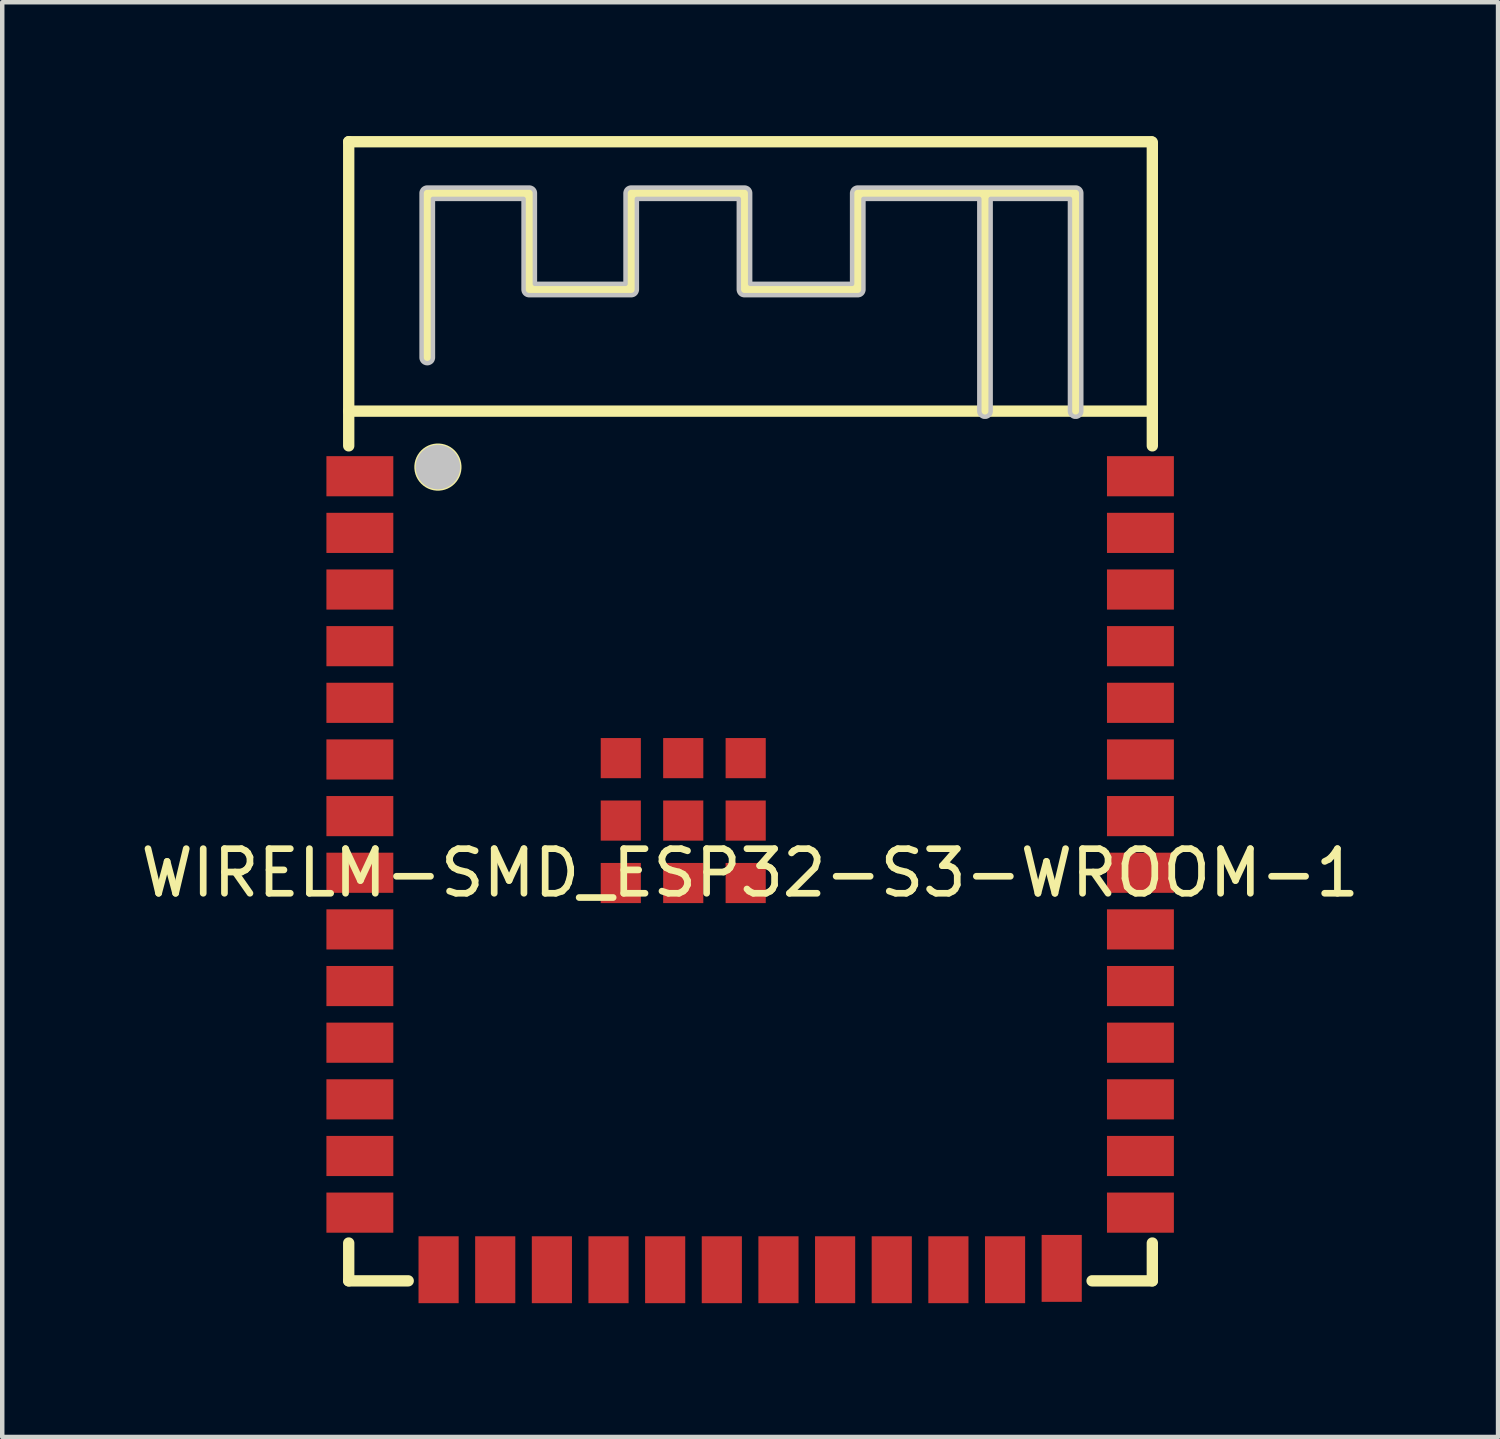
<source format=kicad_pcb>
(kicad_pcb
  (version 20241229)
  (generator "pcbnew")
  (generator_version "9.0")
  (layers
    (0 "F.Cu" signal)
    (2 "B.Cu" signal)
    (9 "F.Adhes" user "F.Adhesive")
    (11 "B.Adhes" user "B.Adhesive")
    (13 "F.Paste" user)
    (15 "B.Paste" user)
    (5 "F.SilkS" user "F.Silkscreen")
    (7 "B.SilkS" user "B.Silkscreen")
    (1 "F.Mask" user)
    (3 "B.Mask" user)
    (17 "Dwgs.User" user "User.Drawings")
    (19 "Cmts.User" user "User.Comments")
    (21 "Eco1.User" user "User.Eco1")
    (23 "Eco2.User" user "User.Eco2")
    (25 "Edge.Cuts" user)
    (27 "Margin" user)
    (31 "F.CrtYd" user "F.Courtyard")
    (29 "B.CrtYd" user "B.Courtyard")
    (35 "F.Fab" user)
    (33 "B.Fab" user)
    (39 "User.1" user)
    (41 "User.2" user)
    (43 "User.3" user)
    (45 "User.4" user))
  (footprint "WIRELM-SMD_ESP32-S3-WROOM-1"
    (layer "F.Cu")
    (at 13.768 16.522)
    (property "Reference" "WIRELM-SMD_ESP32-S3-WROOM-1" (at 0 0 0) (layer "F.SilkS") (effects (font (size 1 1) (thickness 0.15))))
    (fp_line (start -9 -16.395) (end -9 -9.576) (stroke (width 0.254) (type default)) (layer "F.SilkS"))
    (fp_line (start -9 -10.355) (end 9.017 -10.355) (stroke (width 0.254) (type default)) (layer "F.SilkS"))
    (fp_line (start -9 8.296) (end -9 9.144) (stroke (width 0.254) (type default)) (layer "F.SilkS"))
    (fp_line (start -9 9.144) (end -7.666 9.144) (stroke (width 0.254) (type default)) (layer "F.SilkS"))
    (fp_line (start -7.239 -15.24) (end -7.239 -11.557) (stroke (width 0.254) (type default)) (layer "F.SilkS"))
    (fp_line (start -4.953 -15.24) (end -7.239 -15.24) (stroke (width 0.254) (type default)) (layer "F.SilkS"))
    (fp_line (start -4.953 -13.081) (end -4.953 -15.24) (stroke (width 0.254) (type default)) (layer "F.SilkS"))
    (fp_line (start -2.667 -15.24) (end -2.667 -13.081) (stroke (width 0.254) (type default)) (layer "F.SilkS"))
    (fp_line (start -2.667 -13.081) (end -4.953 -13.081) (stroke (width 0.254) (type default)) (layer "F.SilkS"))
    (fp_line (start -0.127 -15.24) (end -2.667 -15.24) (stroke (width 0.254) (type default)) (layer "F.SilkS"))
    (fp_line (start -0.127 -13.081) (end -0.127 -15.24) (stroke (width 0.254) (type default)) (layer "F.SilkS"))
    (fp_line (start 2.413 -15.24) (end 2.413 -13.081) (stroke (width 0.254) (type default)) (layer "F.SilkS"))
    (fp_line (start 2.413 -13.081) (end -0.127 -13.081) (stroke (width 0.254) (type default)) (layer "F.SilkS"))
    (fp_line (start 5.265 -15.24) (end 2.413 -15.24) (stroke (width 0.254) (type default)) (layer "F.SilkS"))
    (fp_line (start 5.265 -10.355) (end 5.265 -15.24) (stroke (width 0.254) (type default)) (layer "F.SilkS"))
    (fp_line (start 7.297 -15.24) (end 5.062 -15.24) (stroke (width 0.254) (type default)) (layer "F.SilkS"))
    (fp_line (start 7.297 -10.355) (end 7.297 -15.24) (stroke (width 0.254) (type default)) (layer "F.SilkS"))
    (fp_line (start 7.666 9.144) (end 9.017 9.144) (stroke (width 0.254) (type default)) (layer "F.SilkS"))
    (fp_line (start 9 -16.395) (end -9 -16.395) (stroke (width 0.254) (type default)) (layer "F.SilkS"))
    (fp_line (start 9.017 -9.576) (end 9.017 -16.383) (stroke (width 0.254) (type default)) (layer "F.SilkS"))
    (fp_line (start 9.017 9.144) (end 9.017 8.296) (stroke (width 0.254) (type default)) (layer "F.SilkS"))
    (fp_poly (pts (arc (start -7.5285 -9.1) (mid -7 -9.6285) (end -6.4715 -9.1)) (arc (start -6.4715 -9.1) (mid -7 -8.5715) (end -7.5285 -9.1))) (stroke (width 0) (type default)) (fill yes) (layer "F.SilkS"))
    (fp_circle (center -7 -9.1) (end -6.75 -9.1) (stroke (width 0.5) (type default)) (fill no) (layer "Dwgs.User"))
    (fp_poly (pts (xy -7.239 -15.367) (xy -7.255 -15.366) (xy -7.272 -15.363) (xy -7.287 -15.357) (xy -7.303 -15.35) (xy -7.316 -15.341) (xy -7.329 -15.33) (xy -7.34 -15.318) (xy -7.349 -15.303) (xy -7.356 -15.289) (xy -7.362 -15.273) (xy -7.365 -15.257) (xy -7.366 -15.24) (xy -7.366 -11.557) (xy -7.365 -11.54) (xy -7.362 -11.524) (xy -7.356 -11.508) (xy -7.349 -11.493) (xy -7.34 -11.479) (xy -7.329 -11.467) (xy -7.316 -11.456) (xy -7.303 -11.447) (xy -7.287 -11.44) (xy -7.272 -11.434) (xy -7.255 -11.431) (xy -7.239 -11.43) (xy -7.223 -11.431) (xy -7.206 -11.434) (xy -7.191 -11.44) (xy -7.176 -11.447) (xy -7.162 -11.456) (xy -7.149 -11.467) (xy -7.138 -11.479) (xy -7.129 -11.493) (xy -7.122 -11.508) (xy -7.117 -11.524) (xy -7.113 -11.54) (xy -7.112 -11.557) (xy -7.112 -15.113) (xy -5.08 -15.113) (xy -5.08 -13.081) (xy -5.079 -13.065) (xy -5.075 -13.048) (xy -5.071 -13.033) (xy -5.063 -13.018) (xy -5.054 -13.004) (xy -5.043 -12.991) (xy -5.03 -12.98) (xy -5.016 -12.971) (xy -5.002 -12.963) (xy -4.986 -12.959) (xy -4.97 -12.955) (xy -4.953 -12.954) (xy -2.667 -12.954) (xy -2.651 -12.955) (xy -2.634 -12.959) (xy -2.619 -12.963) (xy -2.603 -12.971) (xy -2.59 -12.98) (xy -2.577 -12.991) (xy -2.566 -13.004) (xy -2.557 -13.018) (xy -2.55 -13.033) (xy -2.545 -13.048) (xy -2.541 -13.065) (xy -2.54 -13.081) (xy -2.54 -15.113) (xy -0.254 -15.113) (xy -0.254 -13.081) (xy -0.253 -13.065) (xy -0.249 -13.048) (xy -0.244 -13.033) (xy -0.237 -13.018) (xy -0.228 -13.004) (xy -0.217 -12.991) (xy -0.204 -12.98) (xy -0.191 -12.971) (xy -0.175 -12.963) (xy -0.16 -12.959) (xy -0.143 -12.955) (xy -0.127 -12.954) (xy 2.413 -12.954) (xy 2.429 -12.955) (xy 2.446 -12.959) (xy 2.462 -12.963) (xy 2.477 -12.971) (xy 2.49 -12.98) (xy 2.503 -12.991) (xy 2.514 -13.004) (xy 2.523 -13.018) (xy 2.53 -13.033) (xy 2.535 -13.048) (xy 2.539 -13.065) (xy 2.54 -13.081) (xy 2.54 -15.113) (xy 5.062 -15.113) (xy 5.138 -15.113) (xy 5.138 -10.355) (xy 5.139 -10.339) (xy 5.143 -10.322) (xy 5.148 -10.307) (xy 5.155 -10.292) (xy 5.165 -10.278) (xy 5.176 -10.265) (xy 5.188 -10.255) (xy 5.202 -10.245) (xy 5.216 -10.238) (xy 5.232 -10.232) (xy 5.248 -10.229) (xy 5.265 -10.229) (xy 5.282 -10.229) (xy 5.298 -10.232) (xy 5.314 -10.238) (xy 5.329 -10.245) (xy 5.343 -10.255) (xy 5.355 -10.265) (xy 5.366 -10.278) (xy 5.375 -10.292) (xy 5.383 -10.307) (xy 5.388 -10.322) (xy 5.391 -10.339) (xy 5.392 -10.355) (xy 5.392 -15.113) (xy 7.17 -15.113) (xy 7.17 -10.355) (xy 7.171 -10.339) (xy 7.175 -10.322) (xy 7.18 -10.307) (xy 7.187 -10.292) (xy 7.197 -10.278) (xy 7.207 -10.265) (xy 7.22 -10.255) (xy 7.234 -10.245) (xy 7.248 -10.238) (xy 7.264 -10.232) (xy 7.28 -10.229) (xy 7.297 -10.229) (xy 7.314 -10.229) (xy 7.33 -10.232) (xy 7.346 -10.238) (xy 7.361 -10.245) (xy 7.375 -10.255) (xy 7.387 -10.265) (xy 7.398 -10.278) (xy 7.407 -10.292) (xy 7.415 -10.307) (xy 7.42 -10.322) (xy 7.423 -10.339) (xy 7.424 -10.355) (xy 7.424 -15.24) (xy 7.423 -15.257) (xy 7.42 -15.273) (xy 7.415 -15.289) (xy 7.407 -15.303) (xy 7.398 -15.318) (xy 7.387 -15.33) (xy 7.375 -15.341) (xy 7.361 -15.35) (xy 7.346 -15.357) (xy 7.33 -15.363) (xy 7.314 -15.366) (xy 7.297 -15.367) (xy 5.265 -15.367) (xy 5.062 -15.367) (xy 2.413 -15.367) (xy 2.397 -15.366) (xy 2.38 -15.363) (xy 2.365 -15.357) (xy 2.349 -15.35) (xy 2.336 -15.341) (xy 2.323 -15.33) (xy 2.312 -15.318) (xy 2.303 -15.303) (xy 2.296 -15.289) (xy 2.291 -15.273) (xy 2.287 -15.257) (xy 2.286 -15.24) (xy 2.286 -13.208) (xy 0 -13.208) (xy 0 -15.24) (xy -0.001 -15.257) (xy -0.004 -15.273) (xy -0.009 -15.289) (xy -0.017 -15.303) (xy -0.026 -15.318) (xy -0.037 -15.33) (xy -0.05 -15.341) (xy -0.064 -15.35) (xy -0.079 -15.357) (xy -0.094 -15.363) (xy -0.111 -15.366) (xy -0.127 -15.367) (xy -2.667 -15.367) (xy -2.683 -15.366) (xy -2.7 -15.363) (xy -2.716 -15.357) (xy -2.731 -15.35) (xy -2.744 -15.341) (xy -2.757 -15.33) (xy -2.768 -15.318) (xy -2.777 -15.303) (xy -2.784 -15.289) (xy -2.789 -15.273) (xy -2.793 -15.257) (xy -2.794 -15.24) (xy -2.794 -13.208) (xy -4.826 -13.208) (xy -4.826 -15.24) (xy -4.827 -15.257) (xy -4.83 -15.273) (xy -4.835 -15.289) (xy -4.843 -15.303) (xy -4.852 -15.318) (xy -4.863 -15.33) (xy -4.875 -15.341) (xy -4.889 -15.35) (xy -4.904 -15.357) (xy -4.92 -15.363) (xy -4.936 -15.366) (xy -4.953 -15.367)) (stroke (width 0.1) (type default)) (fill no) (layer "Dwgs.User"))
    (fp_poly (pts (xy -9 -9.345) (xy -8.1 -9.345) (xy -8.1 -8.445) (xy -9 -8.445)) (stroke (width 0.1) (type default)) (fill no) (layer "User.1"))
    (fp_poly (pts (xy -9 -8.075) (xy -8.1 -8.075) (xy -8.1 -7.175) (xy -9 -7.175)) (stroke (width 0.1) (type default)) (fill no) (layer "User.1"))
    (fp_poly (pts (xy -9 -6.805) (xy -8.1 -6.805) (xy -8.1 -5.905) (xy -9 -5.905)) (stroke (width 0.1) (type default)) (fill no) (layer "User.1"))
    (fp_poly (pts (xy -9 -5.535) (xy -8.1 -5.535) (xy -8.1 -4.635) (xy -9 -4.635)) (stroke (width 0.1) (type default)) (fill no) (layer "User.1"))
    (fp_poly (pts (xy -9 -4.265) (xy -8.1 -4.265) (xy -8.1 -3.365) (xy -9 -3.365)) (stroke (width 0.1) (type default)) (fill no) (layer "User.1"))
    (fp_poly (pts (xy -9 -2.995) (xy -8.1 -2.995) (xy -8.1 -2.095) (xy -9 -2.095)) (stroke (width 0.1) (type default)) (fill no) (layer "User.1"))
    (fp_poly (pts (xy -9 -1.725) (xy -8.1 -1.725) (xy -8.1 -0.825) (xy -9 -0.825)) (stroke (width 0.1) (type default)) (fill no) (layer "User.1"))
    (fp_poly (pts (xy -9 -0.455) (xy -8.1 -0.455) (xy -8.1 0.445) (xy -9 0.445)) (stroke (width 0.1) (type default)) (fill no) (layer "User.1"))
    (fp_poly (pts (xy -9 0.815) (xy -8.1 0.815) (xy -8.1 1.715) (xy -9 1.715)) (stroke (width 0.1) (type default)) (fill no) (layer "User.1"))
    (fp_poly (pts (xy -9 2.085) (xy -8.1 2.085) (xy -8.1 2.985) (xy -9 2.985)) (stroke (width 0.1) (type default)) (fill no) (layer "User.1"))
    (fp_poly (pts (xy -9 3.355) (xy -8.1 3.355) (xy -8.1 4.255) (xy -9 4.255)) (stroke (width 0.1) (type default)) (fill no) (layer "User.1"))
    (fp_poly (pts (xy -9 4.625) (xy -8.1 4.625) (xy -8.1 5.525) (xy -9 5.525)) (stroke (width 0.1) (type default)) (fill no) (layer "User.1"))
    (fp_poly (pts (xy -9 5.895) (xy -8.1 5.895) (xy -8.1 6.795) (xy -9 6.795)) (stroke (width 0.1) (type default)) (fill no) (layer "User.1"))
    (fp_poly (pts (xy -9 7.165) (xy -8.1 7.165) (xy -8.1 8.065) (xy -9 8.065)) (stroke (width 0.1) (type default)) (fill no) (layer "User.1"))
    (fp_poly (pts (xy -6.535 8.205) (xy -6.535 9.105) (xy -7.435 9.105) (xy -7.435 8.205)) (stroke (width 0.1) (type default)) (fill no) (layer "User.1"))
    (fp_poly (pts (xy -5.265 8.205) (xy -5.265 9.105) (xy -6.165 9.105) (xy -6.165 8.205)) (stroke (width 0.1) (type default)) (fill no) (layer "User.1"))
    (fp_poly (pts (xy -3.995 8.205) (xy -3.995 9.105) (xy -4.895 9.105) (xy -4.895 8.205)) (stroke (width 0.1) (type default)) (fill no) (layer "User.1"))
    (fp_poly (pts (xy -3.35 -2.125) (xy -3.35 -3.025) (xy -2.45 -3.025) (xy -2.45 -2.125)) (stroke (width 0.1) (type default)) (fill no) (layer "User.1"))
    (fp_poly (pts (xy -3.35 -0.725) (xy -3.35 -1.625) (xy -2.45 -1.625) (xy -2.45 -0.725)) (stroke (width 0.1) (type default)) (fill no) (layer "User.1"))
    (fp_poly (pts (xy -3.35 0.675) (xy -3.35 -0.225) (xy -2.45 -0.225) (xy -2.45 0.675)) (stroke (width 0.1) (type default)) (fill no) (layer "User.1"))
    (fp_poly (pts (xy -2.725 8.205) (xy -2.725 9.105) (xy -3.625 9.105) (xy -3.625 8.205)) (stroke (width 0.1) (type default)) (fill no) (layer "User.1"))
    (fp_poly (pts (xy -1.95 -2.125) (xy -1.95 -3.025) (xy -1.05 -3.025) (xy -1.05 -2.125)) (stroke (width 0.1) (type default)) (fill no) (layer "User.1"))
    (fp_poly (pts (xy -1.95 -0.725) (xy -1.95 -1.625) (xy -1.05 -1.625) (xy -1.05 -0.725)) (stroke (width 0.1) (type default)) (fill no) (layer "User.1"))
    (fp_poly (pts (xy -1.95 0.675) (xy -1.95 -0.225) (xy -1.05 -0.225) (xy -1.05 0.675)) (stroke (width 0.1) (type default)) (fill no) (layer "User.1"))
    (fp_poly (pts (xy -1.455 8.205) (xy -1.455 9.105) (xy -2.355 9.105) (xy -2.355 8.205)) (stroke (width 0.1) (type default)) (fill no) (layer "User.1"))
    (fp_poly (pts (xy -0.55 -2.125) (xy -0.55 -3.025) (xy 0.35 -3.025) (xy 0.35 -2.125)) (stroke (width 0.1) (type default)) (fill no) (layer "User.1"))
    (fp_poly (pts (xy -0.55 -0.725) (xy -0.55 -1.625) (xy 0.35 -1.625) (xy 0.35 -0.725)) (stroke (width 0.1) (type default)) (fill no) (layer "User.1"))
    (fp_poly (pts (xy -0.55 0.675) (xy -0.55 -0.225) (xy 0.35 -0.225) (xy 0.35 0.675)) (stroke (width 0.1) (type default)) (fill no) (layer "User.1"))
    (fp_poly (pts (xy -0.185 8.205) (xy -0.185 9.105) (xy -1.085 9.105) (xy -1.085 8.205)) (stroke (width 0.1) (type default)) (fill no) (layer "User.1"))
    (fp_poly (pts (xy 1.085 8.205) (xy 1.085 9.105) (xy 0.185 9.105) (xy 0.185 8.205)) (stroke (width 0.1) (type default)) (fill no) (layer "User.1"))
    (fp_poly (pts (xy 2.355 8.205) (xy 2.355 9.105) (xy 1.455 9.105) (xy 1.455 8.205)) (stroke (width 0.1) (type default)) (fill no) (layer "User.1"))
    (fp_poly (pts (xy 3.625 8.205) (xy 3.625 9.105) (xy 2.725 9.105) (xy 2.725 8.205)) (stroke (width 0.1) (type default)) (fill no) (layer "User.1"))
    (fp_poly (pts (xy 4.895 8.205) (xy 4.895 9.105) (xy 3.995 9.105) (xy 3.995 8.205)) (stroke (width 0.1) (type default)) (fill no) (layer "User.1"))
    (fp_poly (pts (xy 6.165 8.205) (xy 6.165 9.105) (xy 5.265 9.105) (xy 5.265 8.205)) (stroke (width 0.1) (type default)) (fill no) (layer "User.1"))
    (fp_poly (pts (xy 7.435 8.205) (xy 7.435 9.105) (xy 6.535 9.105) (xy 6.535 8.205)) (stroke (width 0.1) (type default)) (fill no) (layer "User.1"))
    (fp_poly (pts (xy 9 -8.445) (xy 8.1 -8.445) (xy 8.1 -9.345) (xy 9 -9.345)) (stroke (width 0.1) (type default)) (fill no) (layer "User.1"))
    (fp_poly (pts (xy 9 -7.175) (xy 8.1 -7.175) (xy 8.1 -8.075) (xy 9 -8.075)) (stroke (width 0.1) (type default)) (fill no) (layer "User.1"))
    (fp_poly (pts (xy 9 -5.905) (xy 8.1 -5.905) (xy 8.1 -6.805) (xy 9 -6.805)) (stroke (width 0.1) (type default)) (fill no) (layer "User.1"))
    (fp_poly (pts (xy 9 -4.635) (xy 8.1 -4.635) (xy 8.1 -5.535) (xy 9 -5.535)) (stroke (width 0.1) (type default)) (fill no) (layer "User.1"))
    (fp_poly (pts (xy 9 -3.365) (xy 8.1 -3.365) (xy 8.1 -4.265) (xy 9 -4.265)) (stroke (width 0.1) (type default)) (fill no) (layer "User.1"))
    (fp_poly (pts (xy 9 -2.095) (xy 8.1 -2.095) (xy 8.1 -2.995) (xy 9 -2.995)) (stroke (width 0.1) (type default)) (fill no) (layer "User.1"))
    (fp_poly (pts (xy 9 -0.825) (xy 8.1 -0.825) (xy 8.1 -1.725) (xy 9 -1.725)) (stroke (width 0.1) (type default)) (fill no) (layer "User.1"))
    (fp_poly (pts (xy 9 0.445) (xy 8.1 0.445) (xy 8.1 -0.455) (xy 9 -0.455)) (stroke (width 0.1) (type default)) (fill no) (layer "User.1"))
    (fp_poly (pts (xy 9 1.715) (xy 8.1 1.715) (xy 8.1 0.815) (xy 9 0.815)) (stroke (width 0.1) (type default)) (fill no) (layer "User.1"))
    (fp_poly (pts (xy 9 2.985) (xy 8.1 2.985) (xy 8.1 2.085) (xy 9 2.085)) (stroke (width 0.1) (type default)) (fill no) (layer "User.1"))
    (fp_poly (pts (xy 9 4.255) (xy 8.1 4.255) (xy 8.1 3.355) (xy 9 3.355)) (stroke (width 0.1) (type default)) (fill no) (layer "User.1"))
    (fp_poly (pts (xy 9 5.525) (xy 8.1 5.525) (xy 8.1 4.625) (xy 9 4.625)) (stroke (width 0.1) (type default)) (fill no) (layer "User.1"))
    (fp_poly (pts (xy 9 6.795) (xy 8.1 6.795) (xy 8.1 5.895) (xy 9 5.895)) (stroke (width 0.1) (type default)) (fill no) (layer "User.1"))
    (fp_poly (pts (xy 9 8.065) (xy 8.1 8.065) (xy 8.1 7.165) (xy 9 7.165)) (stroke (width 0.1) (type default)) (fill no) (layer "User.1"))
    (fp_line (start -9 -16.395) (end 9 -16.395) (stroke (width 0.051) (type default)) (layer "User.2"))
    (fp_line (start -9 9.105) (end -9 -16.395) (stroke (width 0.051) (type default)) (layer "User.2"))
    (fp_line (start 9 -16.395) (end 9 9.105) (stroke (width 0.051) (type default)) (layer "User.2"))
    (fp_line (start 9 9.105) (end -9 9.105) (stroke (width 0.051) (type default)) (layer "User.2"))
    (fp_poly (pts (xy -8.94 -16.395) (xy -8.958 -16.437) (xy -9 -16.455) (xy -9.042 -16.437) (xy -9.06 -16.395) (xy -9.042 -16.353) (xy -9 -16.335) (xy -8.958 -16.353)) (stroke (width 0.1) (type default)) (fill no) (layer "User.3"))
    (pad "1" smd rect (at -8.75 -8.895) (size 1.5 0.9) (layers "F.Cu" "F.Mask" "F.Paste"))
    (pad "2" smd rect (at -8.75 -7.625) (size 1.5 0.9) (layers "F.Cu" "F.Mask" "F.Paste"))
    (pad "3" smd rect (at -8.75 -6.355) (size 1.5 0.9) (layers "F.Cu" "F.Mask" "F.Paste"))
    (pad "4" smd rect (at -8.75 -5.085) (size 1.5 0.9) (layers "F.Cu" "F.Mask" "F.Paste"))
    (pad "5" smd rect (at -8.75 -3.815) (size 1.5 0.9) (layers "F.Cu" "F.Mask" "F.Paste"))
    (pad "6" smd rect (at -8.75 -2.545) (size 1.5 0.9) (layers "F.Cu" "F.Mask" "F.Paste"))
    (pad "7" smd rect (at -8.75 -1.275) (size 1.5 0.9) (layers "F.Cu" "F.Mask" "F.Paste"))
    (pad "8" smd rect (at -8.75 -0.005) (size 1.5 0.9) (layers "F.Cu" "F.Mask" "F.Paste"))
    (pad "9" smd rect (at -8.75 1.265) (size 1.5 0.9) (layers "F.Cu" "F.Mask" "F.Paste"))
    (pad "10" smd rect (at -8.75 2.535) (size 1.5 0.9) (layers "F.Cu" "F.Mask" "F.Paste"))
    (pad "11" smd rect (at -8.75 3.805) (size 1.5 0.9) (layers "F.Cu" "F.Mask" "F.Paste"))
    (pad "12" smd rect (at -8.75 5.075) (size 1.5 0.9) (layers "F.Cu" "F.Mask" "F.Paste"))
    (pad "13" smd rect (at -8.75 6.345) (size 1.5 0.9) (layers "F.Cu" "F.Mask" "F.Paste"))
    (pad "14" smd rect (at -8.75 7.615) (size 1.5 0.9) (layers "F.Cu" "F.Mask" "F.Paste"))
    (pad "15" smd rect (at -6.985 8.895 90) (size 1.5 0.9) (layers "F.Cu" "F.Mask" "F.Paste"))
    (pad "16" smd rect (at -5.715 8.895 90) (size 1.5 0.9) (layers "F.Cu" "F.Mask" "F.Paste"))
    (pad "17" smd rect (at -4.445 8.895 90) (size 1.5 0.9) (layers "F.Cu" "F.Mask" "F.Paste"))
    (pad "18" smd rect (at -3.175 8.895 90) (size 1.5 0.9) (layers "F.Cu" "F.Mask" "F.Paste"))
    (pad "19" smd rect (at -1.905 8.895 90) (size 1.5 0.9) (layers "F.Cu" "F.Mask" "F.Paste"))
    (pad "20" smd rect (at -0.635 8.895 90) (size 1.5 0.9) (layers "F.Cu" "F.Mask" "F.Paste"))
    (pad "21" smd rect (at 0.635 8.895 90) (size 1.5 0.9) (layers "F.Cu" "F.Mask" "F.Paste"))
    (pad "22" smd rect (at 1.905 8.895 90) (size 1.5 0.9) (layers "F.Cu" "F.Mask" "F.Paste"))
    (pad "23" smd rect (at 3.175 8.895 90) (size 1.5 0.9) (layers "F.Cu" "F.Mask" "F.Paste"))
    (pad "24" smd rect (at 4.445 8.895 90) (size 1.5 0.9) (layers "F.Cu" "F.Mask" "F.Paste"))
    (pad "25" smd rect (at 5.715 8.895 90) (size 1.5 0.9) (layers "F.Cu" "F.Mask" "F.Paste"))
    (pad "26" smd rect (at 6.985 8.865 90) (size 1.5 0.9) (layers "F.Cu" "F.Mask" "F.Paste"))
    (pad "27" smd rect (at 8.75 7.615 180) (size 1.5 0.9) (layers "F.Cu" "F.Mask" "F.Paste"))
    (pad "28" smd rect (at 8.75 6.345 180) (size 1.5 0.9) (layers "F.Cu" "F.Mask" "F.Paste"))
    (pad "29" smd rect (at 8.75 5.075 180) (size 1.5 0.9) (layers "F.Cu" "F.Mask" "F.Paste"))
    (pad "30" smd rect (at 8.75 3.805 180) (size 1.5 0.9) (layers "F.Cu" "F.Mask" "F.Paste"))
    (pad "31" smd rect (at 8.75 2.535 180) (size 1.5 0.9) (layers "F.Cu" "F.Mask" "F.Paste"))
    (pad "32" smd rect (at 8.75 1.265 180) (size 1.5 0.9) (layers "F.Cu" "F.Mask" "F.Paste"))
    (pad "33" smd rect (at 8.75 -0.005 180) (size 1.5 0.9) (layers "F.Cu" "F.Mask" "F.Paste"))
    (pad "34" smd rect (at 8.75 -1.275 180) (size 1.5 0.9) (layers "F.Cu" "F.Mask" "F.Paste"))
    (pad "35" smd rect (at 8.75 -2.545 180) (size 1.5 0.9) (layers "F.Cu" "F.Mask" "F.Paste"))
    (pad "36" smd rect (at 8.75 -3.815 180) (size 1.5 0.9) (layers "F.Cu" "F.Mask" "F.Paste"))
    (pad "37" smd rect (at 8.75 -5.085 180) (size 1.5 0.9) (layers "F.Cu" "F.Mask" "F.Paste"))
    (pad "38" smd rect (at 8.75 -6.355 180) (size 1.5 0.9) (layers "F.Cu" "F.Mask" "F.Paste"))
    (pad "39" smd rect (at 8.75 -7.625 180) (size 1.5 0.9) (layers "F.Cu" "F.Mask" "F.Paste"))
    (pad "40" smd rect (at 8.75 -8.895 180) (size 1.5 0.9) (layers "F.Cu" "F.Mask" "F.Paste"))
    (pad "41" smd rect (at -2.9 -2.575 90) (size 0.9 0.9) (layers "F.Cu" "F.Mask" "F.Paste"))
    (pad "41" smd rect (at -2.9 -1.175 90) (size 0.9 0.9) (layers "F.Cu" "F.Mask" "F.Paste"))
    (pad "41" smd rect (at -2.9 0.225 90) (size 0.9 0.9) (layers "F.Cu" "F.Mask" "F.Paste"))
    (pad "41" smd rect (at -1.5 -2.575 90) (size 0.9 0.9) (layers "F.Cu" "F.Mask" "F.Paste"))
    (pad "41" smd rect (at -1.5 -1.175 90) (size 0.9 0.9) (layers "F.Cu" "F.Mask" "F.Paste"))
    (pad "41" smd rect (at -1.5 0.225 90) (size 0.9 0.9) (layers "F.Cu" "F.Mask" "F.Paste"))
    (pad "41" smd rect (at -0.1 -2.575 90) (size 0.9 0.9) (layers "F.Cu" "F.Mask" "F.Paste"))
    (pad "41" smd rect (at -0.1 -1.175 90) (size 0.9 0.9) (layers "F.Cu" "F.Mask" "F.Paste"))
    (pad "41" smd rect (at -0.1 0.225 90) (size 0.9 0.9) (layers "F.Cu" "F.Mask" "F.Paste")))
  (gr_rect
    (start -3 -3)
    (end 30.536 29.167)
    (stroke (width 0.1) (type default))
    (fill no)
    (layer "Edge.Cuts")))
</source>
